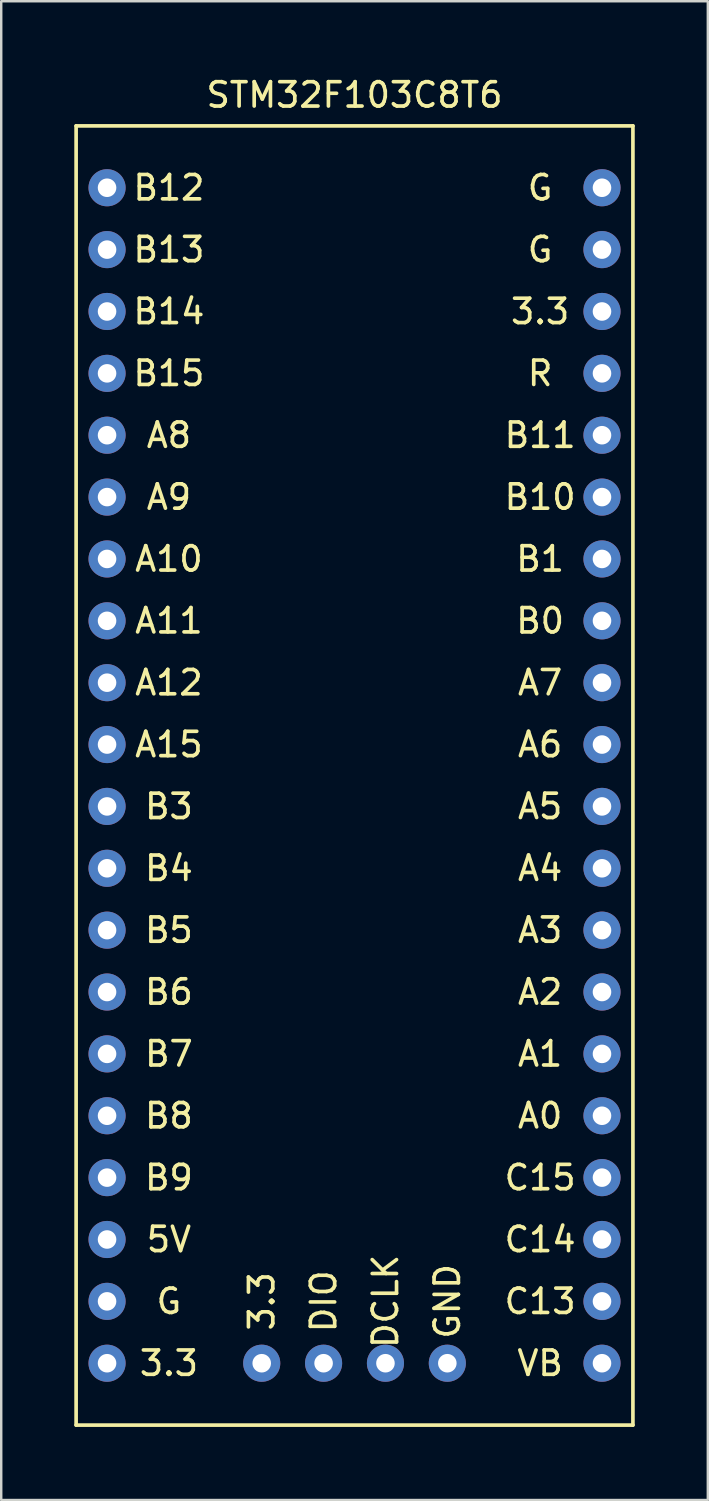
<source format=kicad_pcb>
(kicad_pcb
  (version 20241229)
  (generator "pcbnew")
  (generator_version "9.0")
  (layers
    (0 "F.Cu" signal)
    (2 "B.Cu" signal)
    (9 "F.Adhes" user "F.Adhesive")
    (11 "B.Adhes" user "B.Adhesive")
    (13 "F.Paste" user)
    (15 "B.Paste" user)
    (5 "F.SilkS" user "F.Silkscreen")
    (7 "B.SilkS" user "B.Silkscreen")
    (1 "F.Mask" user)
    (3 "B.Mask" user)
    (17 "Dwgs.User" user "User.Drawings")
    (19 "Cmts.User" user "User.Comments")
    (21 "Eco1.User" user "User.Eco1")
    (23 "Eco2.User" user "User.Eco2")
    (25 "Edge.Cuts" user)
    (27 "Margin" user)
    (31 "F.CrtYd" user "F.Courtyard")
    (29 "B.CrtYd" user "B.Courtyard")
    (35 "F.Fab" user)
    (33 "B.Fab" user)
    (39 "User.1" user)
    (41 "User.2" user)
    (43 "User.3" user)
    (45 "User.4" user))
  (footprint "STM32F103C8T6"
    (layer "F.Cu")
    (at 11.505 28.788)
    (property "Reference" "STM32F103C8T6" (at 0 -27.94 0) (layer "F.SilkS") (effects (font (size 1 1) (thickness 0.15))))
    (attr through_hole)
    (fp_line (start -11.43 -26.67) (end -11.43 26.67) (stroke (width 0.15) (type solid)) (layer "F.SilkS"))
    (fp_line (start -11.43 26.67) (end 11.43 26.67) (stroke (width 0.15) (type solid)) (layer "F.SilkS"))
    (fp_line (start 11.43 -26.67) (end -11.43 -26.67) (stroke (width 0.15) (type solid)) (layer "F.SilkS"))
    (fp_line (start 11.43 26.67) (end 11.43 -26.67) (stroke (width 0.15) (type solid)) (layer "F.SilkS"))
    (fp_text user "G" (at 7.62 -21.59 0) (layer "F.SilkS") (effects (font (size 1 1) (thickness 0.15))))
    (fp_text user "3.3" (at 7.62 -19.05 0) (layer "F.SilkS") (effects (font (size 1 1) (thickness 0.15))))
    (fp_text user "G" (at -7.62 21.59 0) (layer "F.SilkS") (effects (font (size 1 1) (thickness 0.15))))
    (fp_text user "A2" (at 7.62 8.89 0) (layer "F.SilkS") (effects (font (size 1 1) (thickness 0.15))))
    (fp_text user "B6" (at -7.62 8.89 0) (layer "F.SilkS") (effects (font (size 1 1) (thickness 0.15))))
    (fp_text user "3.3" (at -7.62 24.13 0) (layer "F.SilkS") (effects (font (size 1 1) (thickness 0.15))))
    (fp_text user "A6" (at 7.62 -1.27 0) (layer "F.SilkS") (effects (font (size 1 1) (thickness 0.15))))
    (fp_text user "C13" (at 7.62 21.59 0) (layer "F.SilkS") (effects (font (size 1 1) (thickness 0.15))))
    (fp_text user "B11" (at 7.62 -13.97 0) (layer "F.SilkS") (effects (font (size 1 1) (thickness 0.15))))
    (fp_text user "A4" (at 7.62 3.81 0) (layer "F.SilkS") (effects (font (size 1 1) (thickness 0.15))))
    (fp_text user "GND" (at 3.81 21.59 90) (layer "F.SilkS") (effects (font (size 1 1) (thickness 0.15))))
    (fp_text user "C15" (at 7.62 16.51 0) (layer "F.SilkS") (effects (font (size 1 1) (thickness 0.15))))
    (fp_text user "C14" (at 7.62 19.05 0) (layer "F.SilkS") (effects (font (size 1 1) (thickness 0.15))))
    (fp_text user "5V" (at -7.62 19.05 0) (layer "F.SilkS") (effects (font (size 1 1) (thickness 0.15))))
    (fp_text user "A3" (at 7.62 6.35 0) (layer "F.SilkS") (effects (font (size 1 1) (thickness 0.15))))
    (fp_text user "B1" (at 7.62 -8.89 0) (layer "F.SilkS") (effects (font (size 1 1) (thickness 0.15))))
    (fp_text user "A1" (at 7.62 11.43 0) (layer "F.SilkS") (effects (font (size 1 1) (thickness 0.15))))
    (fp_text user "G" (at 7.62 -24.13 0) (layer "F.SilkS") (effects (font (size 1 1) (thickness 0.15))))
    (fp_text user "B7" (at -7.62 11.43 0) (layer "F.SilkS") (effects (font (size 1 1) (thickness 0.15))))
    (fp_text user "A15" (at -7.62 -1.27 0) (layer "F.SilkS") (effects (font (size 1 1) (thickness 0.15))))
    (fp_text user "B0" (at 7.62 -6.35 0) (layer "F.SilkS") (effects (font (size 1 1) (thickness 0.15))))
    (fp_text user "VB" (at 7.62 24.13 0) (layer "F.SilkS") (effects (font (size 1 1) (thickness 0.15))))
    (fp_text user "DCLK" (at 1.27 21.59 90) (layer "F.SilkS") (effects (font (size 1 1) (thickness 0.15))))
    (fp_text user "B9" (at -7.62 16.51 0) (layer "F.SilkS") (effects (font (size 1 1) (thickness 0.15))))
    (fp_text user "B3" (at -7.62 1.27 0) (layer "F.SilkS") (effects (font (size 1 1) (thickness 0.15))))
    (fp_text user "A11" (at -7.62 -6.35 0) (layer "F.SilkS") (effects (font (size 1 1) (thickness 0.15))))
    (fp_text user "B10" (at 7.62 -11.43 0) (layer "F.SilkS") (effects (font (size 1 1) (thickness 0.15))))
    (fp_text user "B8" (at -7.62 13.97 0) (layer "F.SilkS") (effects (font (size 1 1) (thickness 0.15))))
    (fp_text user "A5" (at 7.62 1.27 0) (layer "F.SilkS") (effects (font (size 1 1) (thickness 0.15))))
    (fp_text user "A8" (at -7.62 -13.97 0) (layer "F.SilkS") (effects (font (size 1 1) (thickness 0.15))))
    (fp_text user "DIO" (at -1.27 21.59 90) (layer "F.SilkS") (effects (font (size 1 1) (thickness 0.15))))
    (fp_text user "A10" (at -7.62 -8.89 0) (layer "F.SilkS") (effects (font (size 1 1) (thickness 0.15))))
    (fp_text user "B13" (at -7.62 -21.59 0) (layer "F.SilkS") (effects (font (size 1 1) (thickness 0.15))))
    (fp_text user "R" (at 7.62 -16.51 0) (layer "F.SilkS") (effects (font (size 1 1) (thickness 0.15))))
    (fp_text user "A9" (at -7.62 -11.43 0) (layer "F.SilkS") (effects (font (size 1 1) (thickness 0.15))))
    (fp_text user "B15" (at -7.62 -16.51 0) (layer "F.SilkS") (effects (font (size 1 1) (thickness 0.15))))
    (fp_text user "3.3" (at -3.81 21.59 90) (layer "F.SilkS") (effects (font (size 1 1) (thickness 0.15))))
    (fp_text user "B4" (at -7.62 3.81 0) (layer "F.SilkS") (effects (font (size 1 1) (thickness 0.15))))
    (fp_text user "A0" (at 7.62 13.97 0) (layer "F.SilkS") (effects (font (size 1 1) (thickness 0.15))))
    (fp_text user "B5" (at -7.62 6.35 0) (layer "F.SilkS") (effects (font (size 1 1) (thickness 0.15))))
    (fp_text user "A12" (at -7.62 -3.81 0) (layer "F.SilkS") (effects (font (size 1 1) (thickness 0.15))))
    (fp_text user "B12" (at -7.62 -24.13 0) (layer "F.SilkS") (effects (font (size 1 1) (thickness 0.15))))
    (fp_text user "A7" (at 7.62 -3.81 0) (layer "F.SilkS") (effects (font (size 1 1) (thickness 0.15))))
    (fp_text user "B14" (at -7.62 -19.05 0) (layer "F.SilkS") (effects (font (size 1 1) (thickness 0.15))))
    (pad "1" thru_hole circle (at -10.16 -24.13) (size 1.524 1.524) (drill 0.762) (layers "*.Cu" "*.Mask"))
    (pad "2" thru_hole circle (at -10.16 -21.59) (size 1.524 1.524) (drill 0.762) (layers "*.Cu" "*.Mask"))
    (pad "3" thru_hole circle (at -10.16 -19.05) (size 1.524 1.524) (drill 0.762) (layers "*.Cu" "*.Mask"))
    (pad "4" thru_hole circle (at -10.16 -16.51) (size 1.524 1.524) (drill 0.762) (layers "*.Cu" "*.Mask"))
    (pad "5" thru_hole circle (at -10.16 -13.97) (size 1.524 1.524) (drill 0.762) (layers "*.Cu" "*.Mask"))
    (pad "6" thru_hole circle (at -10.16 -11.43) (size 1.524 1.524) (drill 0.762) (layers "*.Cu" "*.Mask"))
    (pad "7" thru_hole circle (at -10.16 -8.89) (size 1.524 1.524) (drill 0.762) (layers "*.Cu" "*.Mask"))
    (pad "8" thru_hole circle (at -10.16 -6.35) (size 1.524 1.524) (drill 0.762) (layers "*.Cu" "*.Mask"))
    (pad "9" thru_hole circle (at -10.16 -3.81) (size 1.524 1.524) (drill 0.762) (layers "*.Cu" "*.Mask"))
    (pad "10" thru_hole circle (at -10.16 -1.27) (size 1.524 1.524) (drill 0.762) (layers "*.Cu" "*.Mask"))
    (pad "11" thru_hole circle (at -10.16 1.27) (size 1.524 1.524) (drill 0.762) (layers "*.Cu" "*.Mask"))
    (pad "12" thru_hole circle (at -10.16 3.81) (size 1.524 1.524) (drill 0.762) (layers "*.Cu" "*.Mask"))
    (pad "13" thru_hole circle (at -10.16 6.35) (size 1.524 1.524) (drill 0.762) (layers "*.Cu" "*.Mask"))
    (pad "14" thru_hole circle (at -10.16 8.89) (size 1.524 1.524) (drill 0.762) (layers "*.Cu" "*.Mask"))
    (pad "15" thru_hole circle (at -10.16 11.43) (size 1.524 1.524) (drill 0.762) (layers "*.Cu" "*.Mask"))
    (pad "16" thru_hole circle (at -10.16 13.97) (size 1.524 1.524) (drill 0.762) (layers "*.Cu" "*.Mask"))
    (pad "17" thru_hole circle (at -10.16 16.51) (size 1.524 1.524) (drill 0.762) (layers "*.Cu" "*.Mask"))
    (pad "18" thru_hole circle (at -10.16 19.05) (size 1.524 1.524) (drill 0.762) (layers "*.Cu" "*.Mask"))
    (pad "19" thru_hole circle (at -10.16 21.59) (size 1.524 1.524) (drill 0.762) (layers "*.Cu" "*.Mask"))
    (pad "20" thru_hole circle (at -10.16 24.13) (size 1.524 1.524) (drill 0.762) (layers "*.Cu" "*.Mask"))
    (pad "21" thru_hole circle (at 10.16 24.13) (size 1.524 1.524) (drill 0.762) (layers "*.Cu" "*.Mask"))
    (pad "22" thru_hole circle (at 10.16 21.59) (size 1.524 1.524) (drill 0.762) (layers "*.Cu" "*.Mask"))
    (pad "23" thru_hole circle (at 10.16 19.05) (size 1.524 1.524) (drill 0.762) (layers "*.Cu" "*.Mask"))
    (pad "24" thru_hole circle (at 10.16 16.51) (size 1.524 1.524) (drill 0.762) (layers "*.Cu" "*.Mask"))
    (pad "25" thru_hole circle (at 10.16 13.97) (size 1.524 1.524) (drill 0.762) (layers "*.Cu" "*.Mask"))
    (pad "26" thru_hole circle (at 10.16 11.43) (size 1.524 1.524) (drill 0.762) (layers "*.Cu" "*.Mask"))
    (pad "27" thru_hole circle (at 10.16 8.89) (size 1.524 1.524) (drill 0.762) (layers "*.Cu" "*.Mask"))
    (pad "28" thru_hole circle (at 10.16 6.35) (size 1.524 1.524) (drill 0.762) (layers "*.Cu" "*.Mask"))
    (pad "29" thru_hole circle (at 10.16 3.81) (size 1.524 1.524) (drill 0.762) (layers "*.Cu" "*.Mask"))
    (pad "30" thru_hole circle (at 10.16 1.27) (size 1.524 1.524) (drill 0.762) (layers "*.Cu" "*.Mask"))
    (pad "31" thru_hole circle (at 10.16 -1.27) (size 1.524 1.524) (drill 0.762) (layers "*.Cu" "*.Mask"))
    (pad "32" thru_hole circle (at 10.16 -3.81) (size 1.524 1.524) (drill 0.762) (layers "*.Cu" "*.Mask"))
    (pad "33" thru_hole circle (at 10.16 -6.35) (size 1.524 1.524) (drill 0.762) (layers "*.Cu" "*.Mask"))
    (pad "34" thru_hole circle (at 10.16 -8.89) (size 1.524 1.524) (drill 0.762) (layers "*.Cu" "*.Mask"))
    (pad "35" thru_hole circle (at 10.16 -11.43) (size 1.524 1.524) (drill 0.762) (layers "*.Cu" "*.Mask"))
    (pad "36" thru_hole circle (at 10.16 -13.97) (size 1.524 1.524) (drill 0.762) (layers "*.Cu" "*.Mask"))
    (pad "37" thru_hole circle (at 10.16 -16.51) (size 1.524 1.524) (drill 0.762) (layers "*.Cu" "*.Mask"))
    (pad "38" thru_hole circle (at 10.16 -19.05) (size 1.524 1.524) (drill 0.762) (layers "*.Cu" "*.Mask"))
    (pad "39" thru_hole circle (at 10.16 -21.59) (size 1.524 1.524) (drill 0.762) (layers "*.Cu" "*.Mask"))
    (pad "40" thru_hole circle (at 10.16 -24.13) (size 1.524 1.524) (drill 0.762) (layers "*.Cu" "*.Mask"))
    (pad "41" thru_hole circle (at -1.27 24.13) (size 1.524 1.524) (drill 0.762) (layers "*.Cu" "*.Mask"))
    (pad "42" thru_hole circle (at -3.81 24.13) (size 1.524 1.524) (drill 0.762) (layers "*.Cu" "*.Mask"))
    (pad "43" thru_hole circle (at 1.27 24.13) (size 1.524 1.524) (drill 0.762) (layers "*.Cu" "*.Mask"))
    (pad "44" thru_hole circle (at 3.81 24.13) (size 1.524 1.524) (drill 0.762) (layers "*.Cu" "*.Mask")))
  (gr_rect
    (start -3 -3)
    (end 26.01 58.533)
    (stroke (width 0.1) (type default))
    (fill no)
    (layer "Edge.Cuts")))
</source>
